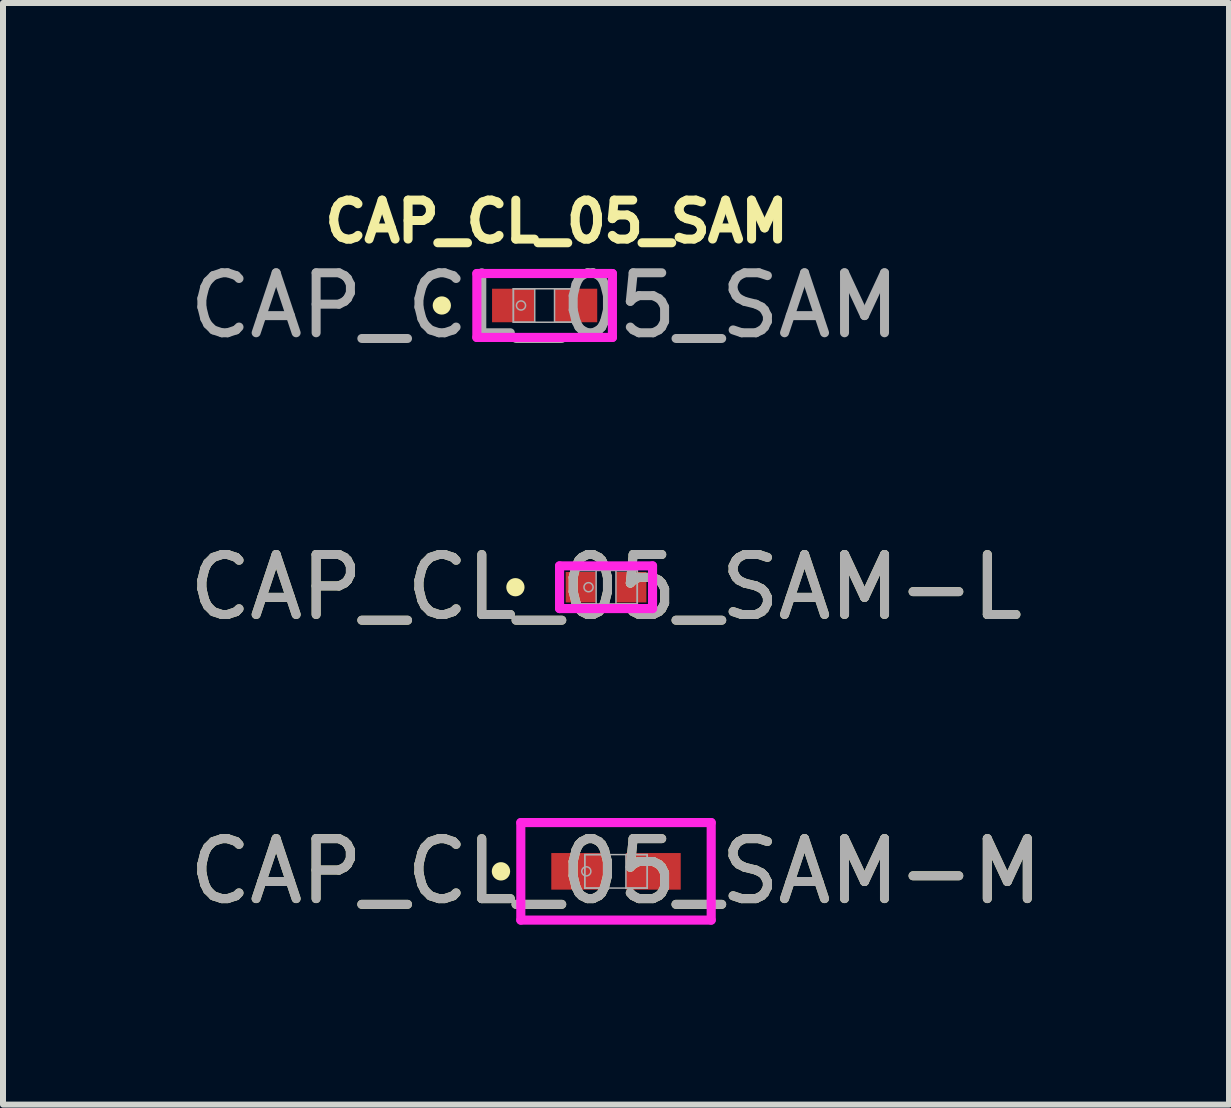
<source format=kicad_pcb>
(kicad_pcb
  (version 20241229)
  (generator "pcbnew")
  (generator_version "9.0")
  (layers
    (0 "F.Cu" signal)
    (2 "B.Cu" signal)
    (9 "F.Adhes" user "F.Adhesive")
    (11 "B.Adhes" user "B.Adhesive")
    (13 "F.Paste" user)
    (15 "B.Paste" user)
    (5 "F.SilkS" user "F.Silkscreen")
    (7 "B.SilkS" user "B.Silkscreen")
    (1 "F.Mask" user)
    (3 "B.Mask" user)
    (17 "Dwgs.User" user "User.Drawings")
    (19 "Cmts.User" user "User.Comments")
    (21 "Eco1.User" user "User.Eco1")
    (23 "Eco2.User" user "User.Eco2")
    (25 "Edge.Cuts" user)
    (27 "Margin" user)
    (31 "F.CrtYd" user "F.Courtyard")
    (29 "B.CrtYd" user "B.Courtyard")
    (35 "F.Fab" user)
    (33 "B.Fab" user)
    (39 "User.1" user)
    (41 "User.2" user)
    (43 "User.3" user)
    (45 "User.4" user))
  (footprint "CAP_CL_05_SAM-M"
    (layer "F.Cu")
    (at 7.22 11.477)
    (property "Reference" "CAP_CL_05_SAM-M" (at 0 0 0) (unlocked yes) (layer "F.SilkS") (effects (font (size 1 1) (thickness 0.15))))
    (attr smd)
    (fp_circle (center -1.918 0) (end -1.841 0) (stroke (width 0.152) (type solid)) (fill no) (layer "F.SilkS"))
    (fp_line (start -1.587 -0.813) (end 1.587 -0.813) (stroke (width 0.152) (type solid)) (layer "F.CrtYd"))
    (fp_line (start -1.587 0.813) (end -1.587 -0.813) (stroke (width 0.152) (type solid)) (layer "F.CrtYd"))
    (fp_line (start 1.587 -0.813) (end 1.587 0.813) (stroke (width 0.152) (type solid)) (layer "F.CrtYd"))
    (fp_line (start 1.587 0.813) (end -1.587 0.813) (stroke (width 0.152) (type solid)) (layer "F.CrtYd"))
    (fp_line (start -0.521 -0.279) (end -0.521 0.279) (stroke (width 0.025) (type solid)) (layer "F.Fab"))
    (fp_line (start -0.521 -0.279) (end -0.521 0.279) (stroke (width 0.025) (type solid)) (layer "F.Fab"))
    (fp_line (start -0.521 0.279) (end -0.165 0.279) (stroke (width 0.025) (type solid)) (layer "F.Fab"))
    (fp_line (start -0.521 0.279) (end 0.521 0.279) (stroke (width 0.025) (type solid)) (layer "F.Fab"))
    (fp_line (start -0.165 -0.279) (end -0.521 -0.279) (stroke (width 0.025) (type solid)) (layer "F.Fab"))
    (fp_line (start -0.165 0.279) (end -0.165 -0.279) (stroke (width 0.025) (type solid)) (layer "F.Fab"))
    (fp_line (start 0.165 -0.279) (end 0.165 0.279) (stroke (width 0.025) (type solid)) (layer "F.Fab"))
    (fp_line (start 0.165 0.279) (end 0.521 0.279) (stroke (width 0.025) (type solid)) (layer "F.Fab"))
    (fp_line (start 0.521 -0.279) (end -0.521 -0.279) (stroke (width 0.025) (type solid)) (layer "F.Fab"))
    (fp_line (start 0.521 -0.279) (end 0.165 -0.279) (stroke (width 0.025) (type solid)) (layer "F.Fab"))
    (fp_line (start 0.521 0.279) (end 0.521 -0.279) (stroke (width 0.025) (type solid)) (layer "F.Fab"))
    (fp_line (start 0.521 0.279) (end 0.521 -0.279) (stroke (width 0.025) (type solid)) (layer "F.Fab"))
    (fp_circle (center -0.495 0) (end -0.419 0) (stroke (width 0.025) (type solid)) (fill no) (layer "F.Fab"))
    (fp_text user "${REFERENCE}" (at 0 0 0) (unlocked yes) (layer "F.Fab") (effects (font (size 1 1) (thickness 0.15))))
    (pad "1" smd rect (at -0.622 0) (size 0.914 0.61) (layers "F.Cu" "F.Mask" "F.Paste"))
    (pad "2" smd rect (at 0.622 0) (size 0.914 0.61) (layers "F.Cu" "F.Mask" "F.Paste"))
    (zone (net_name "") (layer "F.Cu") (hatch full 0.508) (connect_pads) (min_thickness 0.254) (filled_areas_thickness no) (keepout (tracks not_allowed) (vias not_allowed) (pads allowed) (copperpour not_allowed) (footprints allowed)) (placement (enabled no)) (fill) (polygon (pts (xy 7.106 11.249) (xy 7.335 11.249) (xy 7.335 11.706) (xy 7.106 11.706)))))
  (footprint "CAP_CL_05_SAM"
    (layer "F.Cu")
    (at 6.03 2.043)
    (property "Reference" "CAP_CL_05_SAM" (at 0.2 -1.4 0) (unlocked yes) (layer "F.SilkS") (effects (font (size 0.65 0.65) (thickness 0.15))))
    (attr smd)
    (fp_circle (center -1.714 0) (end -1.638 0) (stroke (width 0.152) (type solid)) (fill no) (layer "F.SilkS"))
    (fp_line (start -1.13 -0.533) (end 1.13 -0.533) (stroke (width 0.152) (type solid)) (layer "F.CrtYd"))
    (fp_line (start -1.13 0.533) (end -1.13 -0.533) (stroke (width 0.152) (type solid)) (layer "F.CrtYd"))
    (fp_line (start 1.13 -0.533) (end 1.13 0.533) (stroke (width 0.152) (type solid)) (layer "F.CrtYd"))
    (fp_line (start 1.13 0.533) (end -1.13 0.533) (stroke (width 0.152) (type solid)) (layer "F.CrtYd"))
    (fp_line (start -0.521 -0.279) (end -0.521 0.279) (stroke (width 0.025) (type solid)) (layer "F.Fab"))
    (fp_line (start -0.521 -0.279) (end -0.521 0.279) (stroke (width 0.025) (type solid)) (layer "F.Fab"))
    (fp_line (start -0.521 0.279) (end -0.165 0.279) (stroke (width 0.025) (type solid)) (layer "F.Fab"))
    (fp_line (start -0.521 0.279) (end 0.521 0.279) (stroke (width 0.025) (type solid)) (layer "F.Fab"))
    (fp_line (start -0.165 -0.279) (end -0.521 -0.279) (stroke (width 0.025) (type solid)) (layer "F.Fab"))
    (fp_line (start -0.165 0.279) (end -0.165 -0.279) (stroke (width 0.025) (type solid)) (layer "F.Fab"))
    (fp_line (start 0.165 -0.279) (end 0.165 0.279) (stroke (width 0.025) (type solid)) (layer "F.Fab"))
    (fp_line (start 0.165 0.279) (end 0.521 0.279) (stroke (width 0.025) (type solid)) (layer "F.Fab"))
    (fp_line (start 0.521 -0.279) (end -0.521 -0.279) (stroke (width 0.025) (type solid)) (layer "F.Fab"))
    (fp_line (start 0.521 -0.279) (end 0.165 -0.279) (stroke (width 0.025) (type solid)) (layer "F.Fab"))
    (fp_line (start 0.521 0.279) (end 0.521 -0.279) (stroke (width 0.025) (type solid)) (layer "F.Fab"))
    (fp_line (start 0.521 0.279) (end 0.521 -0.279) (stroke (width 0.025) (type solid)) (layer "F.Fab"))
    (fp_circle (center -0.394 0) (end -0.318 0) (stroke (width 0.025) (type solid)) (fill no) (layer "F.Fab"))
    (fp_text user "${REFERENCE}" (at 0 0 0) (unlocked yes) (layer "F.Fab") (effects (font (size 1 1) (thickness 0.15))))
    (pad "1" smd rect (at -0.521 0) (size 0.711 0.559) (layers "F.Cu" "F.Mask" "F.Paste"))
    (pad "2" smd rect (at 0.521 0) (size 0.711 0.559) (layers "F.Cu" "F.Mask" "F.Paste"))
    (zone (net_name "") (layer "F.Cu") (hatch full 0.508) (connect_pads) (min_thickness 0.254) (filled_areas_thickness no) (keepout (tracks not_allowed) (vias not_allowed) (pads allowed) (copperpour not_allowed) (footprints allowed)) (placement (enabled no)) (fill) (polygon (pts (xy 5.915 1.815) (xy 6.144 1.815) (xy 6.144 2.272) (xy 5.915 2.272)))))
  (footprint "CAP_CL_05_SAM-L"
    (layer "F.Cu")
    (at 7.054 6.74)
    (property "Reference" "CAP_CL_05_SAM-L" (at 0 0 0) (unlocked yes) (layer "F.SilkS") (effects (font (size 1 1) (thickness 0.15))))
    (attr smd)
    (fp_circle (center -1.511 0) (end -1.435 0) (stroke (width 0.152) (type solid)) (fill no) (layer "F.SilkS"))
    (fp_line (start -0.775 -0.356) (end 0.775 -0.356) (stroke (width 0.152) (type solid)) (layer "F.CrtYd"))
    (fp_line (start -0.775 0.356) (end -0.775 -0.356) (stroke (width 0.152) (type solid)) (layer "F.CrtYd"))
    (fp_line (start 0.775 -0.356) (end 0.775 0.356) (stroke (width 0.152) (type solid)) (layer "F.CrtYd"))
    (fp_line (start 0.775 0.356) (end -0.775 0.356) (stroke (width 0.152) (type solid)) (layer "F.CrtYd"))
    (fp_line (start -0.521 -0.279) (end -0.521 0.279) (stroke (width 0.025) (type solid)) (layer "F.Fab"))
    (fp_line (start -0.521 -0.279) (end -0.521 0.279) (stroke (width 0.025) (type solid)) (layer "F.Fab"))
    (fp_line (start -0.521 0.279) (end -0.165 0.279) (stroke (width 0.025) (type solid)) (layer "F.Fab"))
    (fp_line (start -0.521 0.279) (end 0.521 0.279) (stroke (width 0.025) (type solid)) (layer "F.Fab"))
    (fp_line (start -0.165 -0.279) (end -0.521 -0.279) (stroke (width 0.025) (type solid)) (layer "F.Fab"))
    (fp_line (start -0.165 0.279) (end -0.165 -0.279) (stroke (width 0.025) (type solid)) (layer "F.Fab"))
    (fp_line (start 0.165 -0.279) (end 0.165 0.279) (stroke (width 0.025) (type solid)) (layer "F.Fab"))
    (fp_line (start 0.165 0.279) (end 0.521 0.279) (stroke (width 0.025) (type solid)) (layer "F.Fab"))
    (fp_line (start 0.521 -0.279) (end -0.521 -0.279) (stroke (width 0.025) (type solid)) (layer "F.Fab"))
    (fp_line (start 0.521 -0.279) (end 0.165 -0.279) (stroke (width 0.025) (type solid)) (layer "F.Fab"))
    (fp_line (start 0.521 0.279) (end 0.521 -0.279) (stroke (width 0.025) (type solid)) (layer "F.Fab"))
    (fp_line (start 0.521 0.279) (end 0.521 -0.279) (stroke (width 0.025) (type solid)) (layer "F.Fab"))
    (fp_circle (center -0.292 0) (end -0.216 0) (stroke (width 0.025) (type solid)) (fill no) (layer "F.Fab"))
    (fp_text user "${REFERENCE}" (at 0 0 0) (unlocked yes) (layer "F.Fab") (effects (font (size 1 1) (thickness 0.15))))
    (pad "1" smd rect (at -0.419 0) (size 0.508 0.508) (layers "F.Cu" "F.Mask" "F.Paste"))
    (pad "2" smd rect (at 0.419 0) (size 0.508 0.508) (layers "F.Cu" "F.Mask" "F.Paste"))
    (zone (net_name "") (layer "F.Cu") (hatch full 0.508) (connect_pads) (min_thickness 0.254) (filled_areas_thickness no) (keepout (tracks not_allowed) (vias not_allowed) (pads allowed) (copperpour not_allowed) (footprints allowed)) (placement (enabled no)) (fill) (polygon (pts (xy 6.939 6.511) (xy 7.168 6.511) (xy 7.168 6.969) (xy 6.939 6.969)))))
  (gr_rect
    (start -3 -3)
    (end 17.44 15.366)
    (stroke (width 0.1) (type default))
    (fill no)
    (layer "Edge.Cuts")))
</source>
